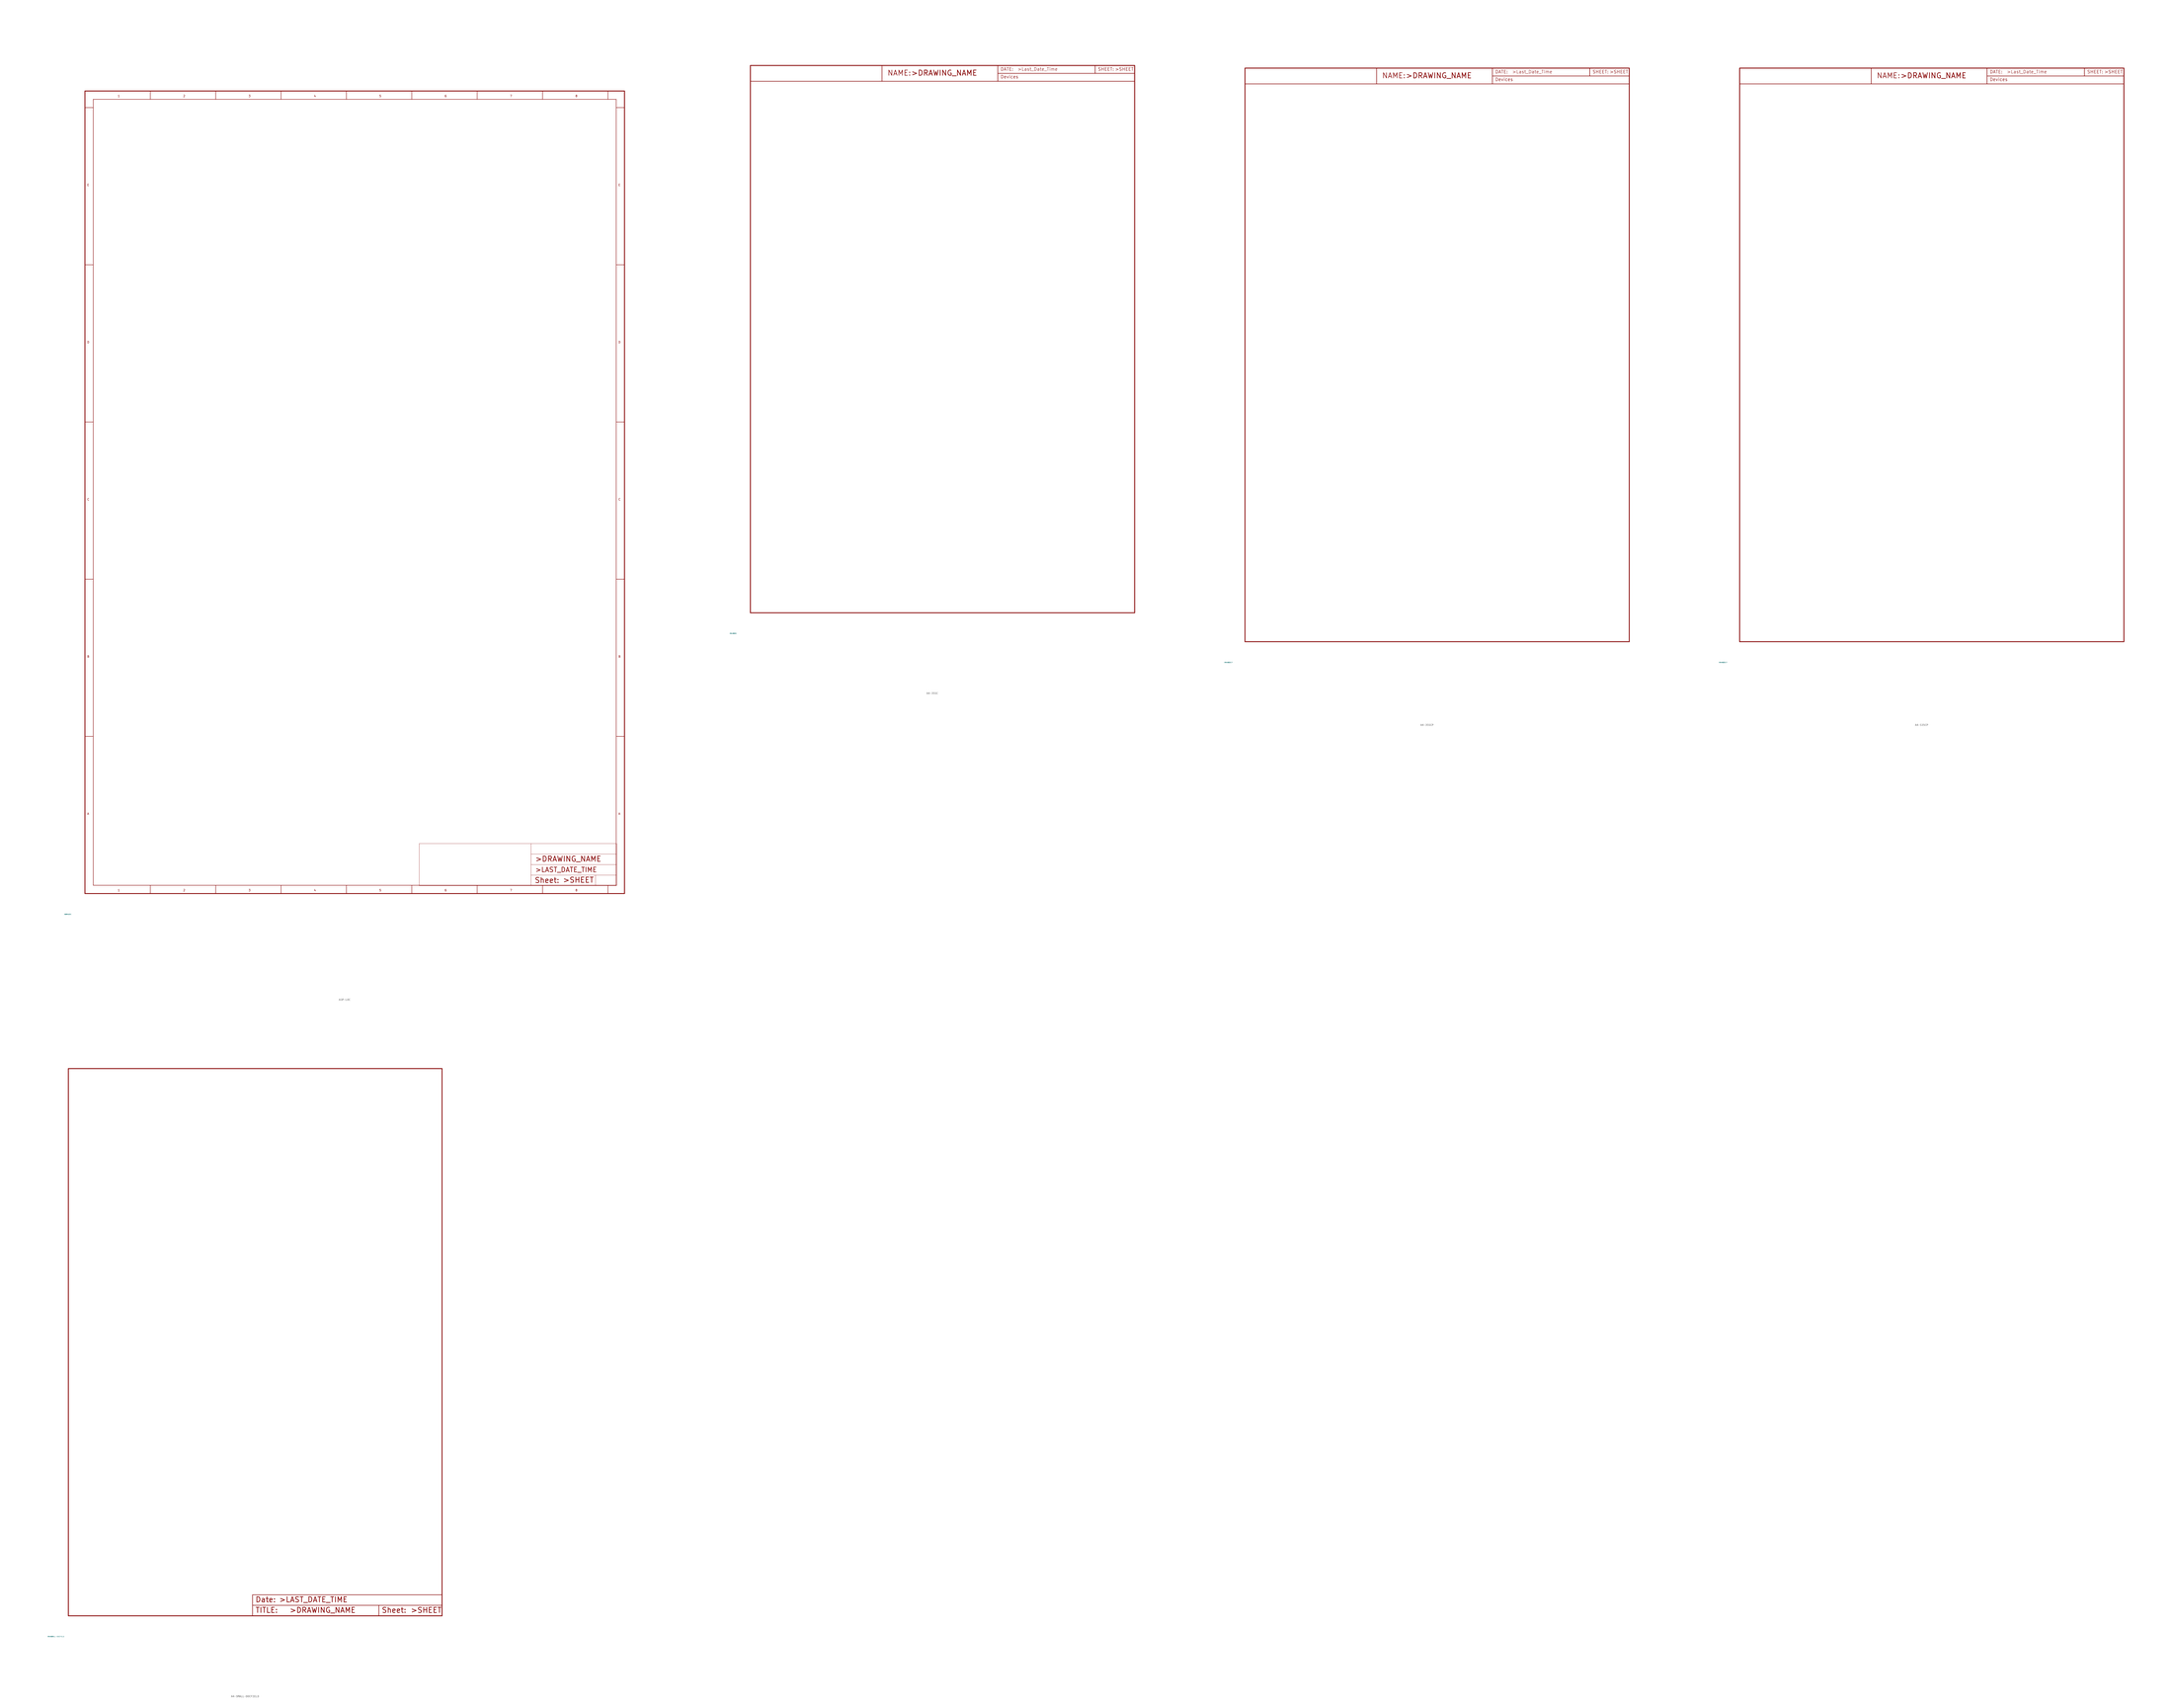
<source format=kicad_sym>
(kicad_symbol_lib
  (version 20220914)
  (generator Eagle2Kicad)
  (symbol "A3P-LOC"
    (property "Reference" "FRAME"
      (at -10 -10 0)
      (effects (font (size 0.5 0.5) (thickness 0.06)) (justify left)))
    (property "Value" "A3P-LOC"
      (at -10 -10 0)
      (effects (font (size 0.5 0.5) (thickness 0.06)) (justify left)))
    (polyline
      (pts (xy 256.54 24.13) (xy 256.54 19.05))
      (stroke (width 0.102) (type default))
      (fill (type none)))
    (polyline
      (pts (xy 256.54 19.05) (xy 256.54 13.97))
      (stroke (width 0.102) (type default))
      (fill (type none)))
    (polyline
      (pts (xy 256.54 13.97) (xy 256.54 8.89))
      (stroke (width 0.102) (type default))
      (fill (type none)))
    (polyline
      (pts (xy 256.54 8.89) (xy 256.54 3.81))
      (stroke (width 0.102) (type default))
      (fill (type none)))
    (polyline
      (pts (xy 256.54 3.81) (xy 246.38 3.81))
      (stroke (width 0.102) (type default))
      (fill (type none)))
    (polyline
      (pts (xy 246.38 3.81) (xy 215.265 3.81))
      (stroke (width 0.102) (type default))
      (fill (type none)))
    (polyline
      (pts (xy 215.265 3.81) (xy 161.29 3.81))
      (stroke (width 0.102) (type default))
      (fill (type none)))
    (polyline
      (pts (xy 161.29 3.81) (xy 161.29 24.13))
      (stroke (width 0.102) (type default))
      (fill (type none)))
    (polyline
      (pts (xy 161.29 24.13) (xy 215.265 24.13))
      (stroke (width 0.102) (type default))
      (fill (type none)))
    (polyline
      (pts (xy 215.265 24.13) (xy 256.54 24.13))
      (stroke (width 0.102) (type default))
      (fill (type none)))
    (polyline
      (pts (xy 246.38 3.81) (xy 246.38 8.89))
      (stroke (width 0.102) (type default))
      (fill (type none)))
    (polyline
      (pts (xy 246.38 8.89) (xy 256.54 8.89))
      (stroke (width 0.102) (type default))
      (fill (type none)))
    (polyline
      (pts (xy 246.38 8.89) (xy 215.265 8.89))
      (stroke (width 0.102) (type default))
      (fill (type none)))
    (polyline
      (pts (xy 215.265 8.89) (xy 215.265 3.81))
      (stroke (width 0.102) (type default))
      (fill (type none)))
    (polyline
      (pts (xy 215.265 8.89) (xy 215.265 13.97))
      (stroke (width 0.102) (type default))
      (fill (type none)))
    (polyline
      (pts (xy 215.265 13.97) (xy 256.54 13.97))
      (stroke (width 0.102) (type default))
      (fill (type none)))
    (polyline
      (pts (xy 215.265 13.97) (xy 215.265 19.05))
      (stroke (width 0.102) (type default))
      (fill (type none)))
    (polyline
      (pts (xy 215.265 19.05) (xy 256.54 19.05))
      (stroke (width 0.102) (type default))
      (fill (type none)))
    (polyline
      (pts (xy 215.265 19.05) (xy 215.265 24.13))
      (stroke (width 0.102) (type default))
      (fill (type none)))
    (text ">DRAWING_NAME"
      (at 217.17 15.24 0)
      (effects (font (size 2.54 2.54) (thickness 0.32)) (justify left bottom)))
    (text ">LAST_DATE_TIME"
      (at 217.17 10.16 0)
      (effects (font (size 2.286 2.286) (thickness 0.29)) (justify left bottom)))
    (text ">SHEET"
      (at 230.505 5.08 0)
      (effects (font (size 2.54 2.54) (thickness 0.32)) (justify left bottom)))
    (text "Sheet:"
      (at 216.916 4.953 0)
      (effects (font (size 2.54 2.54) (thickness 0.32)) (justify left bottom)))
    (polyline
      (pts (xy 0 0) (xy 260.35 0))
      (stroke (width 0.4) (type default))
      (fill (type none)))
    (polyline
      (pts (xy 0 387.35) (xy 260.35 387.35))
      (stroke (width 0.4) (type default))
      (fill (type none)))
    (polyline
      (pts (xy 0 0) (xy 0 387.35))
      (stroke (width 0.4) (type default))
      (fill (type none)))
    (polyline
      (pts (xy 260.35 0) (xy 260.35 387.35))
      (stroke (width 0.4) (type default))
      (fill (type none)))
    (polyline
      (pts (xy 4 4) (xy 256.35 4))
      (stroke (width 0.2) (type default))
      (fill (type none)))
    (polyline
      (pts (xy 31.544 0) (xy 31.544 4))
      (stroke (width 0.2) (type default))
      (fill (type none)))
    (text "1"
      (at 15.772 1 0)
      (effects (font (size 1 1) (thickness 0.13)) (justify left bottom)))
    (polyline
      (pts (xy 63.087 0) (xy 63.087 4))
      (stroke (width 0.2) (type default))
      (fill (type none)))
    (text "2"
      (at 47.316 1 0)
      (effects (font (size 1 1) (thickness 0.13)) (justify left bottom)))
    (polyline
      (pts (xy 94.631 0) (xy 94.631 4))
      (stroke (width 0.2) (type default))
      (fill (type none)))
    (text "3"
      (at 78.859 1 0)
      (effects (font (size 1 1) (thickness 0.13)) (justify left bottom)))
    (polyline
      (pts (xy 126.175 0) (xy 126.175 4))
      (stroke (width 0.2) (type default))
      (fill (type none)))
    (text "4"
      (at 110.403 1 0)
      (effects (font (size 1 1) (thickness 0.13)) (justify left bottom)))
    (polyline
      (pts (xy 157.719 0) (xy 157.719 4))
      (stroke (width 0.2) (type default))
      (fill (type none)))
    (text "5"
      (at 141.947 1 0)
      (effects (font (size 1 1) (thickness 0.13)) (justify left bottom)))
    (polyline
      (pts (xy 189.262 0) (xy 189.262 4))
      (stroke (width 0.2) (type default))
      (fill (type none)))
    (text "6"
      (at 173.491 1 0)
      (effects (font (size 1 1) (thickness 0.13)) (justify left bottom)))
    (polyline
      (pts (xy 220.806 0) (xy 220.806 4))
      (stroke (width 0.2) (type default))
      (fill (type none)))
    (text "7"
      (at 205.034 1 0)
      (effects (font (size 1 1) (thickness 0.13)) (justify left bottom)))
    (polyline
      (pts (xy 252.35 0) (xy 252.35 4))
      (stroke (width 0.2) (type default))
      (fill (type none)))
    (text "8"
      (at 236.578 1 0)
      (effects (font (size 1 1) (thickness 0.13)) (justify left bottom)))
    (polyline
      (pts (xy 4 383.35) (xy 256.35 383.35))
      (stroke (width 0.2) (type default))
      (fill (type none)))
    (polyline
      (pts (xy 31.544 383.35) (xy 31.544 387.35))
      (stroke (width 0.2) (type default))
      (fill (type none)))
    (text "1"
      (at 15.772 384.35 0)
      (effects (font (size 1 1) (thickness 0.13)) (justify left bottom)))
    (polyline
      (pts (xy 63.087 383.35) (xy 63.087 387.35))
      (stroke (width 0.2) (type default))
      (fill (type none)))
    (text "2"
      (at 47.316 384.35 0)
      (effects (font (size 1 1) (thickness 0.13)) (justify left bottom)))
    (polyline
      (pts (xy 94.631 383.35) (xy 94.631 387.35))
      (stroke (width 0.2) (type default))
      (fill (type none)))
    (text "3"
      (at 78.859 384.35 0)
      (effects (font (size 1 1) (thickness 0.13)) (justify left bottom)))
    (polyline
      (pts (xy 126.175 383.35) (xy 126.175 387.35))
      (stroke (width 0.2) (type default))
      (fill (type none)))
    (text "4"
      (at 110.403 384.35 0)
      (effects (font (size 1 1) (thickness 0.13)) (justify left bottom)))
    (polyline
      (pts (xy 157.719 383.35) (xy 157.719 387.35))
      (stroke (width 0.2) (type default))
      (fill (type none)))
    (text "5"
      (at 141.947 384.35 0)
      (effects (font (size 1 1) (thickness 0.13)) (justify left bottom)))
    (polyline
      (pts (xy 189.262 383.35) (xy 189.262 387.35))
      (stroke (width 0.2) (type default))
      (fill (type none)))
    (text "6"
      (at 173.491 384.35 0)
      (effects (font (size 1 1) (thickness 0.13)) (justify left bottom)))
    (polyline
      (pts (xy 220.806 383.35) (xy 220.806 387.35))
      (stroke (width 0.2) (type default))
      (fill (type none)))
    (text "7"
      (at 205.034 384.35 0)
      (effects (font (size 1 1) (thickness 0.13)) (justify left bottom)))
    (polyline
      (pts (xy 252.35 383.35) (xy 252.35 387.35))
      (stroke (width 0.2) (type default))
      (fill (type none)))
    (text "8"
      (at 236.578 384.35 0)
      (effects (font (size 1 1) (thickness 0.13)) (justify left bottom)))
    (polyline
      (pts (xy 4 4) (xy 4 383.35))
      (stroke (width 0.2) (type default))
      (fill (type none)))
    (polyline
      (pts (xy 0 75.87) (xy 4 75.87))
      (stroke (width 0.2) (type default))
      (fill (type none)))
    (text "A"
      (at 1 37.935 0)
      (effects (font (size 1 1) (thickness 0.13)) (justify left bottom)))
    (polyline
      (pts (xy 0 151.74) (xy 4 151.74))
      (stroke (width 0.2) (type default))
      (fill (type none)))
    (text "B"
      (at 1 113.805 0)
      (effects (font (size 1 1) (thickness 0.13)) (justify left bottom)))
    (polyline
      (pts (xy 0 227.61) (xy 4 227.61))
      (stroke (width 0.2) (type default))
      (fill (type none)))
    (text "C"
      (at 1 189.675 0)
      (effects (font (size 1 1) (thickness 0.13)) (justify left bottom)))
    (polyline
      (pts (xy 0 303.48) (xy 4 303.48))
      (stroke (width 0.2) (type default))
      (fill (type none)))
    (text "D"
      (at 1 265.545 0)
      (effects (font (size 1 1) (thickness 0.13)) (justify left bottom)))
    (polyline
      (pts (xy 0 379.35) (xy 4 379.35))
      (stroke (width 0.2) (type default))
      (fill (type none)))
    (text "E"
      (at 1 341.415 0)
      (effects (font (size 1 1) (thickness 0.13)) (justify left bottom)))
    (polyline
      (pts (xy 256.35 4) (xy 256.35 383.35))
      (stroke (width 0.2) (type default))
      (fill (type none)))
    (polyline
      (pts (xy 256.35 75.87) (xy 260.35 75.87))
      (stroke (width 0.2) (type default))
      (fill (type none)))
    (text "A"
      (at 257.35 37.935 0)
      (effects (font (size 1 1) (thickness 0.13)) (justify left bottom)))
    (polyline
      (pts (xy 256.35 151.74) (xy 260.35 151.74))
      (stroke (width 0.2) (type default))
      (fill (type none)))
    (text "B"
      (at 257.35 113.805 0)
      (effects (font (size 1 1) (thickness 0.13)) (justify left bottom)))
    (polyline
      (pts (xy 256.35 227.61) (xy 260.35 227.61))
      (stroke (width 0.2) (type default))
      (fill (type none)))
    (text "C"
      (at 257.35 189.675 0)
      (effects (font (size 1 1) (thickness 0.13)) (justify left bottom)))
    (polyline
      (pts (xy 256.35 303.48) (xy 260.35 303.48))
      (stroke (width 0.2) (type default))
      (fill (type none)))
    (text "D"
      (at 257.35 265.545 0)
      (effects (font (size 1 1) (thickness 0.13)) (justify left bottom)))
    (polyline
      (pts (xy 256.35 379.35) (xy 260.35 379.35))
      (stroke (width 0.2) (type default))
      (fill (type none)))
    (text "E"
      (at 257.35 341.415 0)
      (effects (font (size 1 1) (thickness 0.13)) (justify left bottom))))
  (symbol "A4-35SC"
    (property "Reference" "FRAME"
      (at -10 -10 0)
      (effects (font (size 0.5 0.5) (thickness 0.06)) (justify left)))
    (property "Value" "A4-35SC"
      (at -10 -10 0)
      (effects (font (size 0.5 0.5) (thickness 0.06)) (justify left)))
    (polyline
      (pts (xy 63.5 256.54) (xy 63.5 264.16))
      (stroke (width 0.254) (type default))
      (fill (type none)))
    (polyline
      (pts (xy 185.42 256.54) (xy 119.38 256.54))
      (stroke (width 0.254) (type default))
      (fill (type none)))
    (polyline
      (pts (xy 185.42 260.35) (xy 166.37 260.35))
      (stroke (width 0.254) (type default))
      (fill (type none)))
    (polyline
      (pts (xy 119.38 264.16) (xy 119.38 260.35))
      (stroke (width 0.254) (type default))
      (fill (type none)))
    (polyline
      (pts (xy 119.38 260.35) (xy 119.38 256.54))
      (stroke (width 0.254) (type default))
      (fill (type none)))
    (polyline
      (pts (xy 119.38 256.54) (xy 63.5 256.54))
      (stroke (width 0.254) (type default))
      (fill (type none)))
    (polyline
      (pts (xy 166.37 260.35) (xy 166.37 264.16))
      (stroke (width 0.254) (type default))
      (fill (type none)))
    (polyline
      (pts (xy 166.37 260.35) (xy 119.38 260.35))
      (stroke (width 0.254) (type default))
      (fill (type none)))
    (polyline
      (pts (xy 0 256.54) (xy 63.5 256.54))
      (stroke (width 0.254) (type default))
      (fill (type none)))
    (text "NAME:"
      (at 66.04 259.08 0)
      (effects (font (size 2.54 2.54) (thickness 0.25)) (justify left bottom)))
    (text "DATE:"
      (at 120.65 261.493 0)
      (effects (font (size 1.524 1.524) (thickness 0.15)) (justify left bottom)))
    (text "Devices"
      (at 120.65 257.81 0)
      (effects (font (size 1.524 1.524) (thickness 0.15)) (justify left bottom)))
    (text "SHEET:"
      (at 167.64 261.493 0)
      (effects (font (size 1.524 1.524) (thickness 0.15)) (justify left bottom)))
    (text ">DRAWING_NAME"
      (at 77.47 259.08 0)
      (effects (font (size 2.54 2.54) (thickness 0.32)) (justify left bottom)))
    (text ">SHEET"
      (at 175.895 261.493 0)
      (effects (font (size 1.524 1.524) (thickness 0.15)) (justify left bottom)))
    (text ">Last_Date_Time"
      (at 128.905 261.493 0)
      (effects (font (size 1.524 1.524) (thickness 0.13)) (justify left bottom)))
    (polyline
      (pts (xy 0 0) (xy 185.42 0))
      (stroke (width 0.4) (type default))
      (fill (type none)))
    (polyline
      (pts (xy 0 264.16) (xy 185.42 264.16))
      (stroke (width 0.4) (type default))
      (fill (type none)))
    (polyline
      (pts (xy 0 0) (xy 0 264.16))
      (stroke (width 0.4) (type default))
      (fill (type none)))
    (polyline
      (pts (xy 185.42 0) (xy 185.42 264.16))
      (stroke (width 0.4) (type default))
      (fill (type none))))
  (symbol "A4-35SCP"
    (property "Reference" "FRAME"
      (at -10 -10 0)
      (effects (font (size 0.5 0.5) (thickness 0.06)) (justify left)))
    (property "Value" "A4-35SCP"
      (at -10 -10 0)
      (effects (font (size 0.5 0.5) (thickness 0.06)) (justify left)))
    (polyline
      (pts (xy 63.5 269.24) (xy 63.5 276.86))
      (stroke (width 0.254) (type default))
      (fill (type none)))
    (polyline
      (pts (xy 185.42 269.24) (xy 119.38 269.24))
      (stroke (width 0.254) (type default))
      (fill (type none)))
    (polyline
      (pts (xy 185.42 273.05) (xy 166.37 273.05))
      (stroke (width 0.254) (type default))
      (fill (type none)))
    (polyline
      (pts (xy 119.38 276.86) (xy 119.38 273.05))
      (stroke (width 0.254) (type default))
      (fill (type none)))
    (polyline
      (pts (xy 119.38 273.05) (xy 119.38 269.24))
      (stroke (width 0.254) (type default))
      (fill (type none)))
    (polyline
      (pts (xy 119.38 269.24) (xy 63.5 269.24))
      (stroke (width 0.254) (type default))
      (fill (type none)))
    (polyline
      (pts (xy 166.37 273.05) (xy 166.37 276.86))
      (stroke (width 0.254) (type default))
      (fill (type none)))
    (polyline
      (pts (xy 166.37 273.05) (xy 119.38 273.05))
      (stroke (width 0.254) (type default))
      (fill (type none)))
    (polyline
      (pts (xy 0 269.24) (xy 63.5 269.24))
      (stroke (width 0.254) (type default))
      (fill (type none)))
    (text "NAME:"
      (at 66.04 271.78 0)
      (effects (font (size 2.54 2.54) (thickness 0.25)) (justify left bottom)))
    (text "DATE:"
      (at 120.65 274.193 0)
      (effects (font (size 1.524 1.524) (thickness 0.15)) (justify left bottom)))
    (text "Devices"
      (at 120.65 270.51 0)
      (effects (font (size 1.524 1.524) (thickness 0.15)) (justify left bottom)))
    (text "SHEET:"
      (at 167.64 274.193 0)
      (effects (font (size 1.524 1.524) (thickness 0.15)) (justify left bottom)))
    (text ">DRAWING_NAME"
      (at 77.47 271.78 0)
      (effects (font (size 2.54 2.54) (thickness 0.32)) (justify left bottom)))
    (text ">SHEET"
      (at 175.895 274.193 0)
      (effects (font (size 1.524 1.524) (thickness 0.15)) (justify left bottom)))
    (text ">Last_Date_Time"
      (at 128.905 274.193 0)
      (effects (font (size 1.524 1.524) (thickness 0.13)) (justify left bottom)))
    (polyline
      (pts (xy 0 0) (xy 185.42 0))
      (stroke (width 0.4) (type default))
      (fill (type none)))
    (polyline
      (pts (xy 0 276.86) (xy 185.42 276.86))
      (stroke (width 0.4) (type default))
      (fill (type none)))
    (polyline
      (pts (xy 0 0) (xy 0 276.86))
      (stroke (width 0.4) (type default))
      (fill (type none)))
    (polyline
      (pts (xy 185.42 0) (xy 185.42 276.86))
      (stroke (width 0.4) (type default))
      (fill (type none))))
  (symbol "A4-S35CP"
    (property "Reference" "FRAME"
      (at -10 -10 0)
      (effects (font (size 0.5 0.5) (thickness 0.06)) (justify left)))
    (property "Value" "A4-S35CP"
      (at -10 -10 0)
      (effects (font (size 0.5 0.5) (thickness 0.06)) (justify left)))
    (polyline
      (pts (xy 63.5 269.24) (xy 63.5 276.86))
      (stroke (width 0.254) (type default))
      (fill (type none)))
    (polyline
      (pts (xy 185.42 269.24) (xy 119.38 269.24))
      (stroke (width 0.254) (type default))
      (fill (type none)))
    (polyline
      (pts (xy 185.42 273.05) (xy 166.37 273.05))
      (stroke (width 0.254) (type default))
      (fill (type none)))
    (polyline
      (pts (xy 119.38 276.86) (xy 119.38 273.05))
      (stroke (width 0.254) (type default))
      (fill (type none)))
    (polyline
      (pts (xy 119.38 273.05) (xy 119.38 269.24))
      (stroke (width 0.254) (type default))
      (fill (type none)))
    (polyline
      (pts (xy 119.38 269.24) (xy 63.5 269.24))
      (stroke (width 0.254) (type default))
      (fill (type none)))
    (polyline
      (pts (xy 166.37 273.05) (xy 166.37 276.86))
      (stroke (width 0.254) (type default))
      (fill (type none)))
    (polyline
      (pts (xy 166.37 273.05) (xy 119.38 273.05))
      (stroke (width 0.254) (type default))
      (fill (type none)))
    (polyline
      (pts (xy 0 269.24) (xy 63.5 269.24))
      (stroke (width 0.254) (type default))
      (fill (type none)))
    (text "NAME:"
      (at 66.04 271.78 0)
      (effects (font (size 2.54 2.54) (thickness 0.25)) (justify left bottom)))
    (text "DATE:"
      (at 120.65 274.193 0)
      (effects (font (size 1.524 1.524) (thickness 0.15)) (justify left bottom)))
    (text "Devices"
      (at 120.65 270.51 0)
      (effects (font (size 1.524 1.524) (thickness 0.15)) (justify left bottom)))
    (text "SHEET:"
      (at 167.64 274.193 0)
      (effects (font (size 1.524 1.524) (thickness 0.15)) (justify left bottom)))
    (text ">DRAWING_NAME"
      (at 77.47 271.78 0)
      (effects (font (size 2.54 2.54) (thickness 0.32)) (justify left bottom)))
    (text ">SHEET"
      (at 175.895 274.193 0)
      (effects (font (size 1.524 1.524) (thickness 0.15)) (justify left bottom)))
    (text ">Last_Date_Time"
      (at 128.905 274.193 0)
      (effects (font (size 1.524 1.524) (thickness 0.13)) (justify left bottom)))
    (polyline
      (pts (xy 0 0) (xy 185.42 0))
      (stroke (width 0.4) (type default))
      (fill (type none)))
    (polyline
      (pts (xy 0 276.86) (xy 185.42 276.86))
      (stroke (width 0.4) (type default))
      (fill (type none)))
    (polyline
      (pts (xy 0 0) (xy 0 276.86))
      (stroke (width 0.4) (type default))
      (fill (type none)))
    (polyline
      (pts (xy 185.42 0) (xy 185.42 276.86))
      (stroke (width 0.4) (type default))
      (fill (type none))))
  (symbol "A4-SMALL-DOCFIELD"
    (property "Reference" "FRAME"
      (at -10 -10 0)
      (effects (font (size 0.5 0.5) (thickness 0.06)) (justify left)))
    (property "Value" "A4-SMALL-DOCFIELD"
      (at -10 -10 0)
      (effects (font (size 0.5 0.5) (thickness 0.06)) (justify left)))
    (polyline
      (pts (xy 88.9 0) (xy 88.9 5.08))
      (stroke (width 0.254) (type default))
      (fill (type none)))
    (polyline
      (pts (xy 88.9 5.08) (xy 149.86 5.08))
      (stroke (width 0.254) (type default))
      (fill (type none)))
    (polyline
      (pts (xy 149.86 5.08) (xy 149.86 0))
      (stroke (width 0.254) (type default))
      (fill (type none)))
    (polyline
      (pts (xy 149.86 5.08) (xy 180.34 5.08))
      (stroke (width 0.254) (type default))
      (fill (type none)))
    (polyline
      (pts (xy 88.9 5.08) (xy 88.9 10.16))
      (stroke (width 0.254) (type default))
      (fill (type none)))
    (polyline
      (pts (xy 88.9 10.16) (xy 180.34 10.16))
      (stroke (width 0.254) (type default))
      (fill (type none)))
    (text "Date:"
      (at 90.17 6.35 0)
      (effects (font (size 2.54 2.54) (thickness 0.32)) (justify left bottom)))
    (text ">LAST_DATE_TIME"
      (at 101.6 6.35 0)
      (effects (font (size 2.54 2.54) (thickness 0.32)) (justify left bottom)))
    (text "Sheet:"
      (at 151.13 1.27 0)
      (effects (font (size 2.54 2.54) (thickness 0.32)) (justify left bottom)))
    (text ">SHEET"
      (at 165.1 1.27 0)
      (effects (font (size 2.54 2.54) (thickness 0.32)) (justify left bottom)))
    (text "TITLE:"
      (at 90.17 1.27 0)
      (effects (font (size 2.54 2.54) (thickness 0.32)) (justify left bottom)))
    (text ">DRAWING_NAME"
      (at 106.68 1.27 0)
      (effects (font (size 2.54 2.54) (thickness 0.32)) (justify left bottom)))
    (polyline
      (pts (xy 0 0) (xy 180.34 0))
      (stroke (width 0.4) (type default))
      (fill (type none)))
    (polyline
      (pts (xy 0 264.16) (xy 180.34 264.16))
      (stroke (width 0.4) (type default))
      (fill (type none)))
    (polyline
      (pts (xy 0 0) (xy 0 264.16))
      (stroke (width 0.4) (type default))
      (fill (type none)))
    (polyline
      (pts (xy 180.34 0) (xy 180.34 264.16))
      (stroke (width 0.4) (type default))
      (fill (type none)))))
</source>
